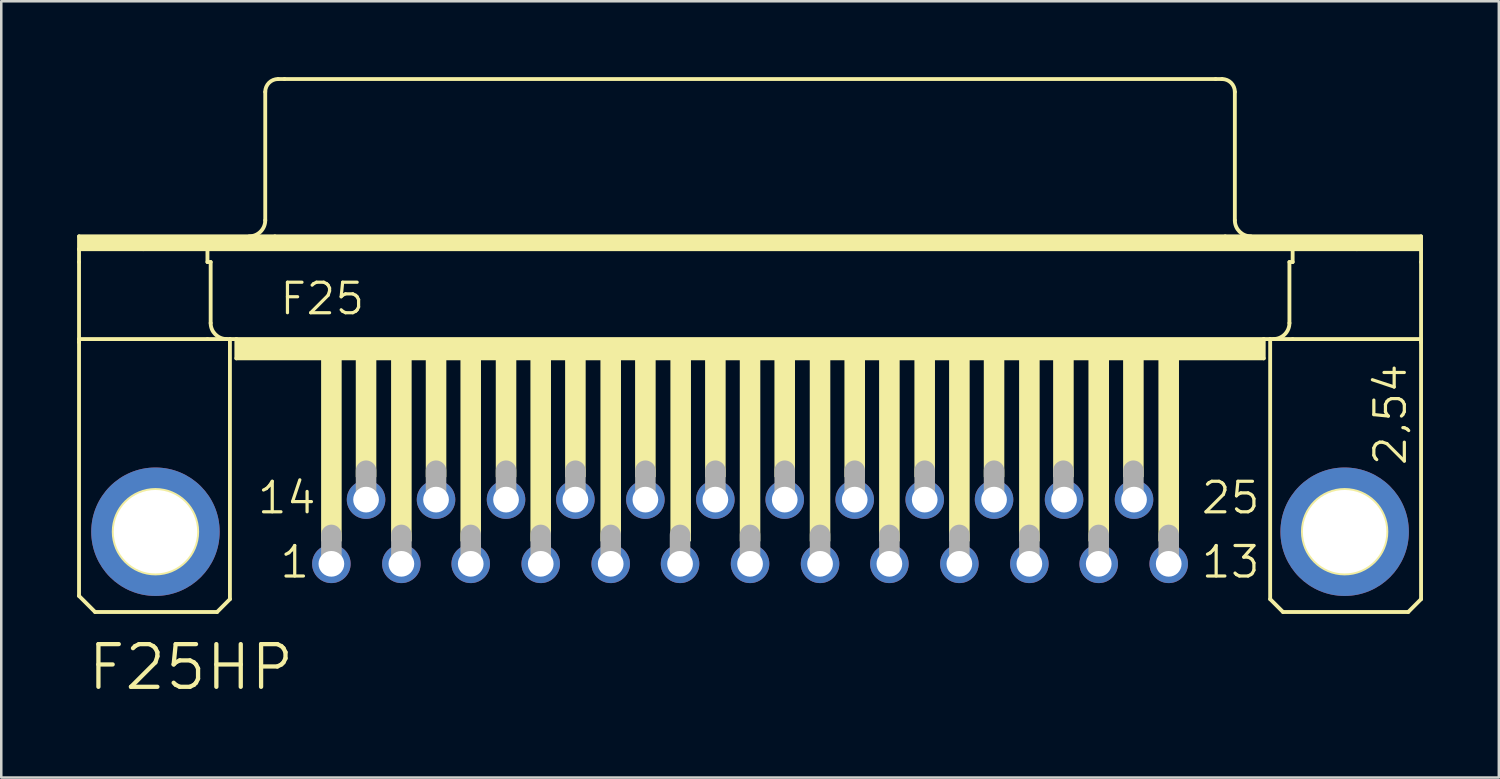
<source format=kicad_pcb>
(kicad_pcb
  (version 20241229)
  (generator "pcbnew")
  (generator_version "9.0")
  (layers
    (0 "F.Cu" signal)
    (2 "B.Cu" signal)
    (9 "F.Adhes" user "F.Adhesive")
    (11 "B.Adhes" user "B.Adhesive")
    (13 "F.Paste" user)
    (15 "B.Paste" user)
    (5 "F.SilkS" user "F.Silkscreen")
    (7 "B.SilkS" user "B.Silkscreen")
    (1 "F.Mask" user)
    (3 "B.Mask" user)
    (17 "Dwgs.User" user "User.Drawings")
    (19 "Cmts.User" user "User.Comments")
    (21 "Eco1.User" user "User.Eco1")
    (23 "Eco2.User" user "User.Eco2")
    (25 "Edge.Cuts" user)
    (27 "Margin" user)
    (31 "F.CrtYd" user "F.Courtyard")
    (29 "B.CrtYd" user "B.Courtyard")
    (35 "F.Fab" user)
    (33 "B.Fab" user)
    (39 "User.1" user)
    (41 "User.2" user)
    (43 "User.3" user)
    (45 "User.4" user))
  (footprint "F25HP"
    (layer "F.Cu")
    (at 26.619 17.983)
    (property "Reference" "F25HP" (at -26.289 6.35 0) (layer "F.SilkS") (effects (font (size 1.689 1.689) (thickness 0.169)) (justify left bottom)))
    (attr through_hole)
    (fp_line (start -26.543 -11.684) (end -18.796 -11.684) (stroke (width 0.152) (type solid)) (layer "F.SilkS"))
    (fp_line (start -26.543 -11.176) (end -26.543 -11.684) (stroke (width 0.152) (type solid)) (layer "F.SilkS"))
    (fp_line (start -26.543 -11.176) (end -24.003 -11.176) (stroke (width 0.152) (type solid)) (layer "F.SilkS"))
    (fp_line (start -26.543 -10.668) (end -26.543 -11.176) (stroke (width 0.152) (type solid)) (layer "F.SilkS"))
    (fp_line (start -26.543 -7.62) (end -26.543 -10.668) (stroke (width 0.152) (type solid)) (layer "F.SilkS"))
    (fp_line (start -26.543 -7.62) (end -26.543 -7.493) (stroke (width 0.152) (type solid)) (layer "F.SilkS"))
    (fp_line (start -26.543 -7.62) (end -21.463 -7.62) (stroke (width 0.152) (type solid)) (layer "F.SilkS"))
    (fp_line (start -26.543 2.54) (end -26.543 -7.493) (stroke (width 0.152) (type solid)) (layer "F.SilkS"))
    (fp_line (start -25.908 3.175) (end -26.543 2.54) (stroke (width 0.152) (type solid)) (layer "F.SilkS"))
    (fp_line (start -24.003 -11.176) (end -21.463 -11.176) (stroke (width 0.152) (type solid)) (layer "F.SilkS"))
    (fp_line (start -21.463 -11.176) (end 21.463 -11.176) (stroke (width 0.152) (type solid)) (layer "F.SilkS"))
    (fp_line (start -21.463 -10.668) (end -21.463 -11.176) (stroke (width 0.152) (type solid)) (layer "F.SilkS"))
    (fp_line (start -21.463 -10.668) (end -21.336 -10.668) (stroke (width 0.152) (type solid)) (layer "F.SilkS"))
    (fp_line (start -21.463 -7.62) (end -20.574 -7.62) (stroke (width 0.152) (type solid)) (layer "F.SilkS"))
    (fp_line (start -21.336 -8.255) (end -21.336 -10.668) (stroke (width 0.152) (type solid)) (layer "F.SilkS"))
    (fp_line (start -21.082 3.175) (end -25.908 3.175) (stroke (width 0.152) (type solid)) (layer "F.SilkS"))
    (fp_line (start -21.082 3.175) (end -20.574 2.667) (stroke (width 0.152) (type solid)) (layer "F.SilkS"))
    (fp_line (start -20.574 -7.62) (end -20.32 -7.62) (stroke (width 0.152) (type solid)) (layer "F.SilkS"))
    (fp_line (start -20.574 2.667) (end -20.574 -7.62) (stroke (width 0.152) (type solid)) (layer "F.SilkS"))
    (fp_line (start -20.32 -7.62) (end -20.32 -6.858) (stroke (width 0.152) (type solid)) (layer "F.SilkS"))
    (fp_line (start -20.32 -7.62) (end 20.32 -7.62) (stroke (width 0.152) (type solid)) (layer "F.SilkS"))
    (fp_line (start -20.32 -6.858) (end 20.32 -6.858) (stroke (width 0.152) (type solid)) (layer "F.SilkS"))
    (fp_line (start -19.177 -12.319) (end -19.177 -17.399) (stroke (width 0.152) (type solid)) (layer "F.SilkS"))
    (fp_line (start -18.796 -11.684) (end 18.796 -11.684) (stroke (width 0.152) (type solid)) (layer "F.SilkS"))
    (fp_line (start -18.669 -17.907) (end -18.415 -17.907) (stroke (width 0.152) (type solid)) (layer "F.SilkS"))
    (fp_line (start -18.415 -17.907) (end 18.415 -17.907) (stroke (width 0.152) (type solid)) (layer "F.SilkS"))
    (fp_line (start 18.415 -17.907) (end 18.669 -17.907) (stroke (width 0.152) (type solid)) (layer "F.SilkS"))
    (fp_line (start 18.796 -11.684) (end 26.543 -11.684) (stroke (width 0.152) (type solid)) (layer "F.SilkS"))
    (fp_line (start 19.177 -12.319) (end 19.177 -17.399) (stroke (width 0.152) (type solid)) (layer "F.SilkS"))
    (fp_line (start 20.32 -7.62) (end 20.32 -6.858) (stroke (width 0.152) (type solid)) (layer "F.SilkS"))
    (fp_line (start 20.32 -7.62) (end 20.574 -7.62) (stroke (width 0.152) (type solid)) (layer "F.SilkS"))
    (fp_line (start 20.574 -7.62) (end 21.463 -7.62) (stroke (width 0.152) (type solid)) (layer "F.SilkS"))
    (fp_line (start 20.574 2.667) (end 20.574 -7.62) (stroke (width 0.152) (type solid)) (layer "F.SilkS"))
    (fp_line (start 20.574 2.667) (end 21.082 3.175) (stroke (width 0.152) (type solid)) (layer "F.SilkS"))
    (fp_line (start 21.082 3.175) (end 26.035 3.175) (stroke (width 0.152) (type solid)) (layer "F.SilkS"))
    (fp_line (start 21.336 -10.668) (end 21.463 -10.668) (stroke (width 0.152) (type solid)) (layer "F.SilkS"))
    (fp_line (start 21.336 -8.255) (end 21.336 -10.668) (stroke (width 0.152) (type solid)) (layer "F.SilkS"))
    (fp_line (start 21.463 -11.176) (end 24.003 -11.176) (stroke (width 0.152) (type solid)) (layer "F.SilkS"))
    (fp_line (start 21.463 -10.668) (end 21.463 -11.176) (stroke (width 0.152) (type solid)) (layer "F.SilkS"))
    (fp_line (start 21.463 -7.62) (end 26.543 -7.62) (stroke (width 0.152) (type solid)) (layer "F.SilkS"))
    (fp_line (start 24.003 -11.176) (end 26.543 -11.176) (stroke (width 0.152) (type solid)) (layer "F.SilkS"))
    (fp_line (start 26.035 3.175) (end 26.543 2.667) (stroke (width 0.152) (type solid)) (layer "F.SilkS"))
    (fp_line (start 26.543 -11.684) (end 26.543 -11.176) (stroke (width 0.152) (type solid)) (layer "F.SilkS"))
    (fp_line (start 26.543 -11.176) (end 26.543 -10.668) (stroke (width 0.152) (type solid)) (layer "F.SilkS"))
    (fp_line (start 26.543 -10.668) (end 26.543 -7.62) (stroke (width 0.152) (type solid)) (layer "F.SilkS"))
    (fp_line (start 26.543 -7.62) (end 26.543 -7.493) (stroke (width 0.152) (type solid)) (layer "F.SilkS"))
    (fp_line (start 26.543 2.667) (end 26.543 -7.493) (stroke (width 0.152) (type solid)) (layer "F.SilkS"))
    (fp_arc (start -20.701 -7.62) (mid -21.150013 -7.805987) (end -21.336 -8.255) (stroke (width 0.1524) (type solid)) (layer "F.SilkS"))
    (fp_arc (start -19.177 -17.399) (mid -19.02821 -17.75821) (end -18.669 -17.907) (stroke (width 0.1524) (type solid)) (layer "F.SilkS"))
    (fp_arc (start -19.177 -12.319) (mid -19.362987 -11.869987) (end -19.812 -11.684) (stroke (width 0.1524) (type solid)) (layer "F.SilkS"))
    (fp_arc (start 18.669 -17.907) (mid 19.02821 -17.75821) (end 19.177 -17.399) (stroke (width 0.1524) (type solid)) (layer "F.SilkS"))
    (fp_arc (start 19.812 -11.684) (mid 19.362987 -11.869987) (end 19.177 -12.319) (stroke (width 0.1524) (type solid)) (layer "F.SilkS"))
    (fp_arc (start 21.336 -8.255) (mid 21.150013 -7.805987) (end 20.701 -7.62) (stroke (width 0.1524) (type solid)) (layer "F.SilkS"))
    (fp_circle (center -23.52 0) (end -21.869 0) (stroke (width 0.152) (type solid)) (fill no) (layer "F.SilkS"))
    (fp_circle (center 23.52 0) (end 25.171 0) (stroke (width 0.152) (type solid)) (fill no) (layer "F.SilkS"))
    (fp_poly (pts (xy -26.543 -11.176) (xy 26.543 -11.176) (xy 26.543 -11.684) (xy -26.543 -11.684)) (stroke (width 0) (type solid)) (fill yes) (layer "F.SilkS"))
    (fp_poly (pts (xy -20.32 -6.858) (xy 20.32 -6.858) (xy 20.32 -7.62) (xy -20.32 -7.62)) (stroke (width 0) (type solid)) (fill yes) (layer "F.SilkS"))
    (fp_poly (pts (xy -16.967 0.381) (xy -16.154 0.381) (xy -16.154 -6.858) (xy -16.967 -6.858)) (stroke (width 0) (type solid)) (fill yes) (layer "F.SilkS"))
    (fp_poly (pts (xy -15.596 -2.159) (xy -14.783 -2.159) (xy -14.783 -6.858) (xy -15.596 -6.858)) (stroke (width 0) (type solid)) (fill yes) (layer "F.SilkS"))
    (fp_poly (pts (xy -14.199 0.381) (xy -13.386 0.381) (xy -13.386 -6.858) (xy -14.199 -6.858)) (stroke (width 0) (type solid)) (fill yes) (layer "F.SilkS"))
    (fp_poly (pts (xy -12.827 -2.159) (xy -12.014 -2.159) (xy -12.014 -6.858) (xy -12.827 -6.858)) (stroke (width 0) (type solid)) (fill yes) (layer "F.SilkS"))
    (fp_poly (pts (xy -11.455 0.381) (xy -10.643 0.381) (xy -10.643 -6.858) (xy -11.455 -6.858)) (stroke (width 0) (type solid)) (fill yes) (layer "F.SilkS"))
    (fp_poly (pts (xy -10.058 -2.159) (xy -9.246 -2.159) (xy -9.246 -6.858) (xy -10.058 -6.858)) (stroke (width 0) (type solid)) (fill yes) (layer "F.SilkS"))
    (fp_poly (pts (xy -8.687 0.381) (xy -7.874 0.381) (xy -7.874 -6.858) (xy -8.687 -6.858)) (stroke (width 0) (type solid)) (fill yes) (layer "F.SilkS"))
    (fp_poly (pts (xy -7.315 -2.159) (xy -6.502 -2.159) (xy -6.502 -6.858) (xy -7.315 -6.858)) (stroke (width 0) (type solid)) (fill yes) (layer "F.SilkS"))
    (fp_poly (pts (xy -5.918 0.381) (xy -5.105 0.381) (xy -5.105 -6.858) (xy -5.918 -6.858)) (stroke (width 0) (type solid)) (fill yes) (layer "F.SilkS"))
    (fp_poly (pts (xy -4.547 -2.159) (xy -3.734 -2.159) (xy -3.734 -6.858) (xy -4.547 -6.858)) (stroke (width 0) (type solid)) (fill yes) (layer "F.SilkS"))
    (fp_poly (pts (xy -3.15 0.381) (xy -2.337 0.381) (xy -2.337 -6.858) (xy -3.15 -6.858)) (stroke (width 0) (type solid)) (fill yes) (layer "F.SilkS"))
    (fp_poly (pts (xy -1.778 -2.159) (xy -0.965 -2.159) (xy -0.965 -6.858) (xy -1.778 -6.858)) (stroke (width 0) (type solid)) (fill yes) (layer "F.SilkS"))
    (fp_poly (pts (xy -0.406 0.381) (xy 0.406 0.381) (xy 0.406 -6.858) (xy -0.406 -6.858)) (stroke (width 0) (type solid)) (fill yes) (layer "F.SilkS"))
    (fp_poly (pts (xy 0.965 -2.159) (xy 1.778 -2.159) (xy 1.778 -6.858) (xy 0.965 -6.858)) (stroke (width 0) (type solid)) (fill yes) (layer "F.SilkS"))
    (fp_poly (pts (xy 2.362 0.381) (xy 3.175 0.381) (xy 3.175 -6.858) (xy 2.362 -6.858)) (stroke (width 0) (type solid)) (fill yes) (layer "F.SilkS"))
    (fp_poly (pts (xy 3.734 -2.159) (xy 4.547 -2.159) (xy 4.547 -6.858) (xy 3.734 -6.858)) (stroke (width 0) (type solid)) (fill yes) (layer "F.SilkS"))
    (fp_poly (pts (xy 5.105 0.381) (xy 5.918 0.381) (xy 5.918 -6.858) (xy 5.105 -6.858)) (stroke (width 0) (type solid)) (fill yes) (layer "F.SilkS"))
    (fp_poly (pts (xy 6.502 -2.159) (xy 7.315 -2.159) (xy 7.315 -6.858) (xy 6.502 -6.858)) (stroke (width 0) (type solid)) (fill yes) (layer "F.SilkS"))
    (fp_poly (pts (xy 7.874 0.381) (xy 8.687 0.381) (xy 8.687 -6.858) (xy 7.874 -6.858)) (stroke (width 0) (type solid)) (fill yes) (layer "F.SilkS"))
    (fp_poly (pts (xy 9.246 -2.159) (xy 10.058 -2.159) (xy 10.058 -6.858) (xy 9.246 -6.858)) (stroke (width 0) (type solid)) (fill yes) (layer "F.SilkS"))
    (fp_poly (pts (xy 10.643 0.381) (xy 11.455 0.381) (xy 11.455 -6.858) (xy 10.643 -6.858)) (stroke (width 0) (type solid)) (fill yes) (layer "F.SilkS"))
    (fp_poly (pts (xy 11.989 -2.159) (xy 12.802 -2.159) (xy 12.802 -6.858) (xy 11.989 -6.858)) (stroke (width 0) (type solid)) (fill yes) (layer "F.SilkS"))
    (fp_poly (pts (xy 13.386 0.381) (xy 14.199 0.381) (xy 14.199 -6.858) (xy 13.386 -6.858)) (stroke (width 0) (type solid)) (fill yes) (layer "F.SilkS"))
    (fp_poly (pts (xy 14.757 -2.159) (xy 15.57 -2.159) (xy 15.57 -6.858) (xy 14.757 -6.858)) (stroke (width 0) (type solid)) (fill yes) (layer "F.SilkS"))
    (fp_poly (pts (xy 16.154 0.381) (xy 16.967 0.381) (xy 16.967 -6.858) (xy 16.154 -6.858)) (stroke (width 0) (type solid)) (fill yes) (layer "F.SilkS"))
    (fp_line (start -16.561 1.143) (end -16.561 0.127) (stroke (width 0.813) (type solid)) (layer "F.Fab"))
    (fp_line (start -15.189 -1.397) (end -15.189 -2.413) (stroke (width 0.813) (type solid)) (layer "F.Fab"))
    (fp_line (start -13.792 1.143) (end -13.792 0.127) (stroke (width 0.813) (type solid)) (layer "F.Fab"))
    (fp_line (start -12.421 -1.397) (end -12.421 -2.413) (stroke (width 0.813) (type solid)) (layer "F.Fab"))
    (fp_line (start -11.049 1.143) (end -11.049 0.127) (stroke (width 0.813) (type solid)) (layer "F.Fab"))
    (fp_line (start -9.652 -1.397) (end -9.652 -2.413) (stroke (width 0.813) (type solid)) (layer "F.Fab"))
    (fp_line (start -8.28 1.143) (end -8.28 0.127) (stroke (width 0.813) (type solid)) (layer "F.Fab"))
    (fp_line (start -6.909 -1.397) (end -6.909 -2.413) (stroke (width 0.813) (type solid)) (layer "F.Fab"))
    (fp_line (start -5.512 1.143) (end -5.512 0.127) (stroke (width 0.813) (type solid)) (layer "F.Fab"))
    (fp_line (start -4.14 -1.397) (end -4.14 -2.413) (stroke (width 0.813) (type solid)) (layer "F.Fab"))
    (fp_line (start -2.769 1.143) (end -2.769 0.127) (stroke (width 0.813) (type solid)) (layer "F.Fab"))
    (fp_line (start -1.372 -1.397) (end -1.372 -2.413) (stroke (width 0.813) (type solid)) (layer "F.Fab"))
    (fp_line (start 0 1.143) (end 0 0.127) (stroke (width 0.813) (type solid)) (layer "F.Fab"))
    (fp_line (start 1.372 -1.397) (end 1.372 -2.413) (stroke (width 0.813) (type solid)) (layer "F.Fab"))
    (fp_line (start 2.769 1.143) (end 2.769 0.127) (stroke (width 0.813) (type solid)) (layer "F.Fab"))
    (fp_line (start 4.14 -1.397) (end 4.14 -2.413) (stroke (width 0.813) (type solid)) (layer "F.Fab"))
    (fp_line (start 5.512 1.143) (end 5.512 0.127) (stroke (width 0.813) (type solid)) (layer "F.Fab"))
    (fp_line (start 6.909 -1.397) (end 6.909 -2.413) (stroke (width 0.813) (type solid)) (layer "F.Fab"))
    (fp_line (start 8.28 1.143) (end 8.28 0.127) (stroke (width 0.813) (type solid)) (layer "F.Fab"))
    (fp_line (start 9.652 -1.397) (end 9.652 -2.413) (stroke (width 0.813) (type solid)) (layer "F.Fab"))
    (fp_line (start 11.049 1.143) (end 11.049 0.127) (stroke (width 0.813) (type solid)) (layer "F.Fab"))
    (fp_line (start 12.395 -1.397) (end 12.395 -2.413) (stroke (width 0.813) (type solid)) (layer "F.Fab"))
    (fp_line (start 13.792 1.143) (end 13.792 0.127) (stroke (width 0.813) (type solid)) (layer "F.Fab"))
    (fp_line (start 15.164 -1.397) (end 15.164 -2.413) (stroke (width 0.813) (type solid)) (layer "F.Fab"))
    (fp_line (start 16.561 1.143) (end 16.561 0.127) (stroke (width 0.813) (type solid)) (layer "F.Fab"))
    (fp_text user "1" (at -18.669 1.905 0) (layer "F.SilkS") (effects (font (size 1.206 1.206) (thickness 0.127)) (justify left bottom)))
    (fp_text user "2,54" (at 26.035 -2.54 90) (layer "F.SilkS") (effects (font (size 1.206 1.206) (thickness 0.127)) (justify left bottom)))
    (fp_text user "13" (at 17.78 1.905 0) (layer "F.SilkS") (effects (font (size 1.206 1.206) (thickness 0.127)) (justify left bottom)))
    (fp_text user "14" (at -19.558 -0.635 0) (layer "F.SilkS") (effects (font (size 1.206 1.206) (thickness 0.127)) (justify left bottom)))
    (fp_text user "F25" (at -18.669 -8.509 0) (layer "F.SilkS") (effects (font (size 1.206 1.206) (thickness 0.127)) (justify left bottom)))
    (fp_text user "25" (at 17.78 -0.635 0) (layer "F.SilkS") (effects (font (size 1.206 1.206) (thickness 0.127)) (justify left bottom)))
    (pad "1" thru_hole circle (at -16.561 1.27) (size 1.524 1.524) (drill 1.016) (layers "*.Cu" "*.Mask"))
    (pad "2" thru_hole circle (at -13.792 1.27) (size 1.524 1.524) (drill 1.016) (layers "*.Cu" "*.Mask"))
    (pad "3" thru_hole circle (at -11.049 1.27) (size 1.524 1.524) (drill 1.016) (layers "*.Cu" "*.Mask"))
    (pad "4" thru_hole circle (at -8.28 1.27) (size 1.524 1.524) (drill 1.016) (layers "*.Cu" "*.Mask"))
    (pad "5" thru_hole circle (at -5.512 1.27) (size 1.524 1.524) (drill 1.016) (layers "*.Cu" "*.Mask"))
    (pad "6" thru_hole circle (at -2.769 1.27) (size 1.524 1.524) (drill 1.016) (layers "*.Cu" "*.Mask"))
    (pad "7" thru_hole circle (at 0 1.27) (size 1.524 1.524) (drill 1.016) (layers "*.Cu" "*.Mask"))
    (pad "8" thru_hole circle (at 2.769 1.27) (size 1.524 1.524) (drill 1.016) (layers "*.Cu" "*.Mask"))
    (pad "9" thru_hole circle (at 5.512 1.27) (size 1.524 1.524) (drill 1.016) (layers "*.Cu" "*.Mask"))
    (pad "10" thru_hole circle (at 8.28 1.27) (size 1.524 1.524) (drill 1.016) (layers "*.Cu" "*.Mask"))
    (pad "11" thru_hole circle (at 11.049 1.27) (size 1.524 1.524) (drill 1.016) (layers "*.Cu" "*.Mask"))
    (pad "12" thru_hole circle (at 13.792 1.27) (size 1.524 1.524) (drill 1.016) (layers "*.Cu" "*.Mask"))
    (pad "13" thru_hole circle (at 16.561 1.27) (size 1.524 1.524) (drill 1.016) (layers "*.Cu" "*.Mask"))
    (pad "14" thru_hole circle (at -15.189 -1.27) (size 1.524 1.524) (drill 1.016) (layers "*.Cu" "*.Mask"))
    (pad "15" thru_hole circle (at -12.421 -1.27) (size 1.524 1.524) (drill 1.016) (layers "*.Cu" "*.Mask"))
    (pad "16" thru_hole circle (at -9.652 -1.27) (size 1.524 1.524) (drill 1.016) (layers "*.Cu" "*.Mask"))
    (pad "17" thru_hole circle (at -6.909 -1.27) (size 1.524 1.524) (drill 1.016) (layers "*.Cu" "*.Mask"))
    (pad "18" thru_hole circle (at -4.14 -1.27) (size 1.524 1.524) (drill 1.016) (layers "*.Cu" "*.Mask"))
    (pad "19" thru_hole circle (at -1.372 -1.27) (size 1.524 1.524) (drill 1.016) (layers "*.Cu" "*.Mask"))
    (pad "20" thru_hole circle (at 1.372 -1.27) (size 1.524 1.524) (drill 1.016) (layers "*.Cu" "*.Mask"))
    (pad "21" thru_hole circle (at 4.14 -1.27) (size 1.524 1.524) (drill 1.016) (layers "*.Cu" "*.Mask"))
    (pad "22" thru_hole circle (at 6.909 -1.27) (size 1.524 1.524) (drill 1.016) (layers "*.Cu" "*.Mask"))
    (pad "23" thru_hole circle (at 9.652 -1.27) (size 1.524 1.524) (drill 1.016) (layers "*.Cu" "*.Mask"))
    (pad "24" thru_hole circle (at 12.421 -1.27) (size 1.524 1.524) (drill 1.016) (layers "*.Cu" "*.Mask"))
    (pad "25" thru_hole circle (at 15.189 -1.27) (size 1.524 1.524) (drill 1.016) (layers "*.Cu" "*.Mask"))
    (pad "G1" thru_hole circle (at -23.52 0) (size 5.08 5.08) (drill 3.302) (layers "*.Cu" "*.Mask"))
    (pad "G2" thru_hole circle (at 23.52 0) (size 5.08 5.08) (drill 3.302) (layers "*.Cu" "*.Mask")))
  (gr_rect
    (start -3 -3)
    (end 56.238 27.706)
    (stroke (width 0.1) (type default))
    (fill no)
    (layer "Edge.Cuts")))
</source>
